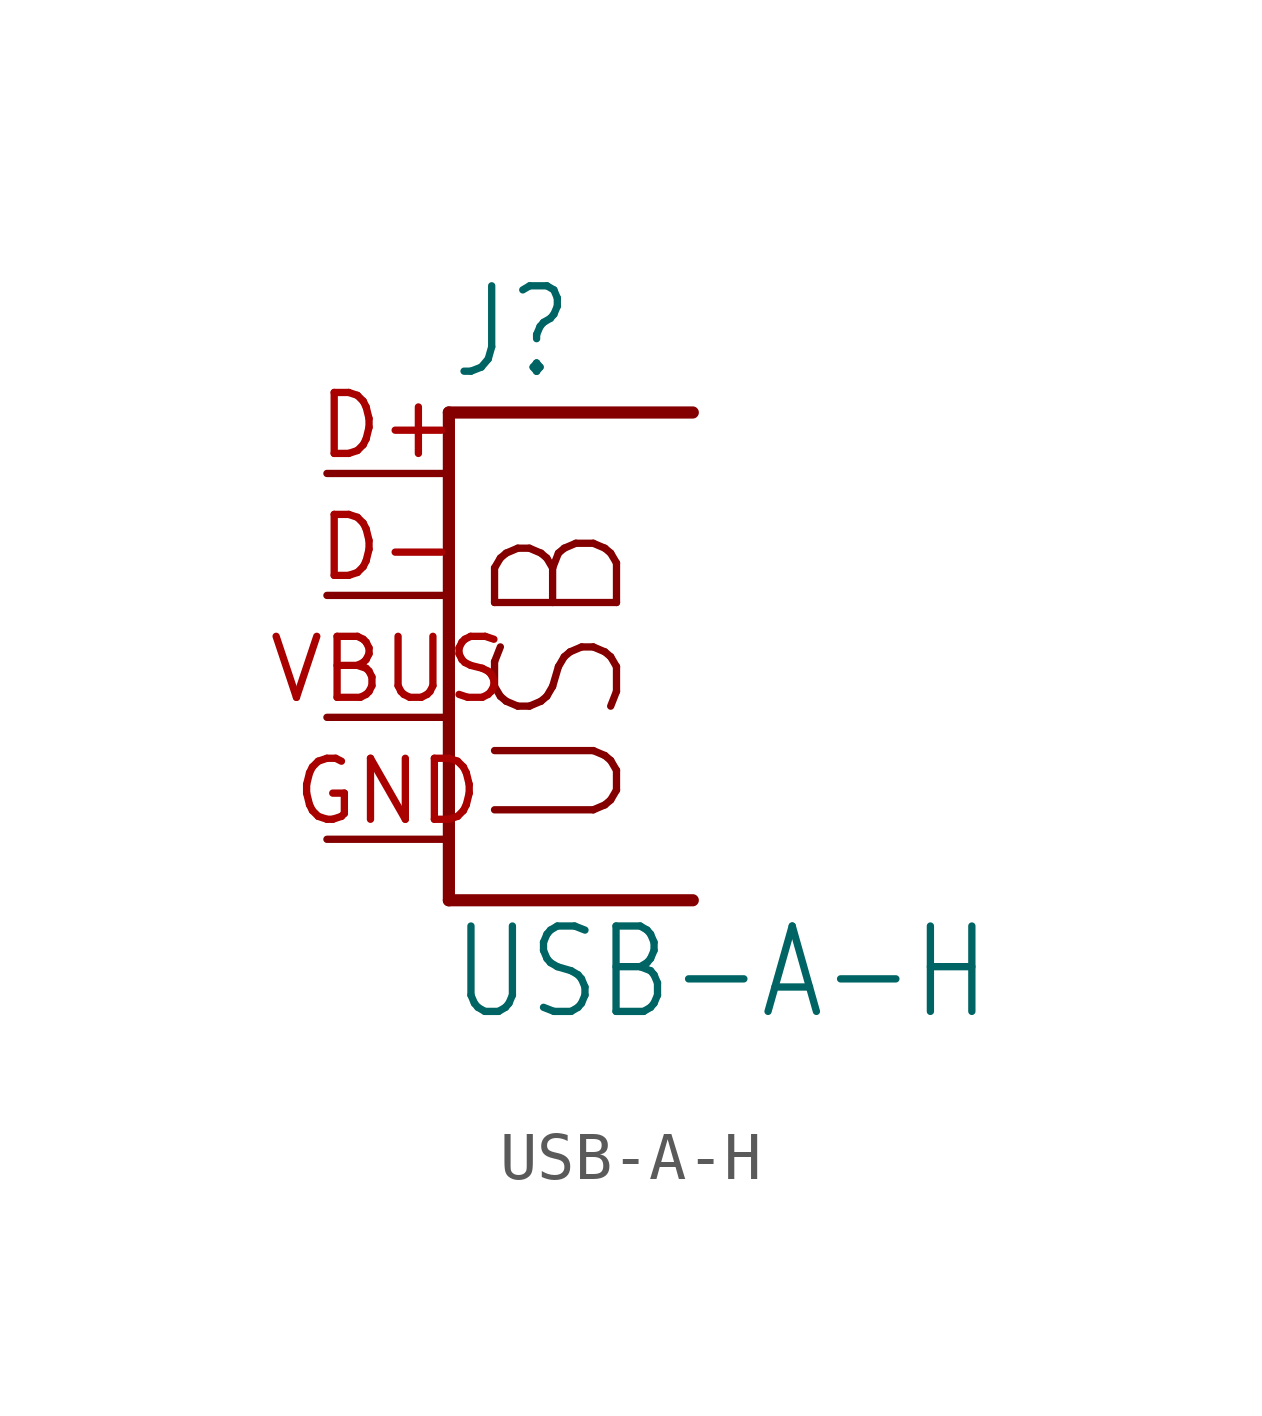
<source format=kicad_sym>
(kicad_symbol_lib
  (version 20211014)
  (generator kicad_symbol_editor)
  (symbol "USB-A-H"
    (property "Reference" "J"
      (at 0 9.525 0)
      (effects (font (size 1.778 1.511)) (justify left bottom)))
    (property "Value" "USB-A-H"
      (at 0 -3.81 0)
      (effects (font (size 1.778 1.511)) (justify left bottom)))
    (property "ki_locked" ""
      (at 0 0 0)
      (effects (font (size 1.27 1.27))))
    (symbol "USB-A-H_1_0"
      (polyline (pts (xy 0 -1.27) (xy 5.08 -1.27)) (stroke (width 0.254) (type default) (color 0 0 0 0)) (fill (type none)))
      (polyline (pts (xy 0 8.89) (xy 0 -1.27)) (stroke (width 0.254) (type default) (color 0 0 0 0)) (fill (type none)))
      (polyline (pts (xy 5.08 8.89) (xy 0 8.89)) (stroke (width 0.254) (type default) (color 0 0 0 0)) (fill (type none)))
      (text "USB" (at 3.81 0 900) (effects (font (size 2.54 2.159)) (justify left bottom)))
      (pin bidirectional line (at -2.54 7.62 0) (length 2.54) (name "D+" (effects (font (size 0 0)))) (number "D+" (effects (font (size 1.27 1.27)))))
      (pin bidirectional line (at -2.54 5.08 0) (length 2.54) (name "D-" (effects (font (size 0 0)))) (number "D-" (effects (font (size 1.27 1.27)))))
      (pin bidirectional line (at -2.54 0 0) (length 2.54) (name "GND" (effects (font (size 0 0)))) (number "GND" (effects (font (size 1.27 1.27)))))
      (pin bidirectional line (at -2.54 2.54 0) (length 2.54) (name "VBUS" (effects (font (size 0 0)))) (number "VBUS" (effects (font (size 1.27 1.27))))))))
</source>
